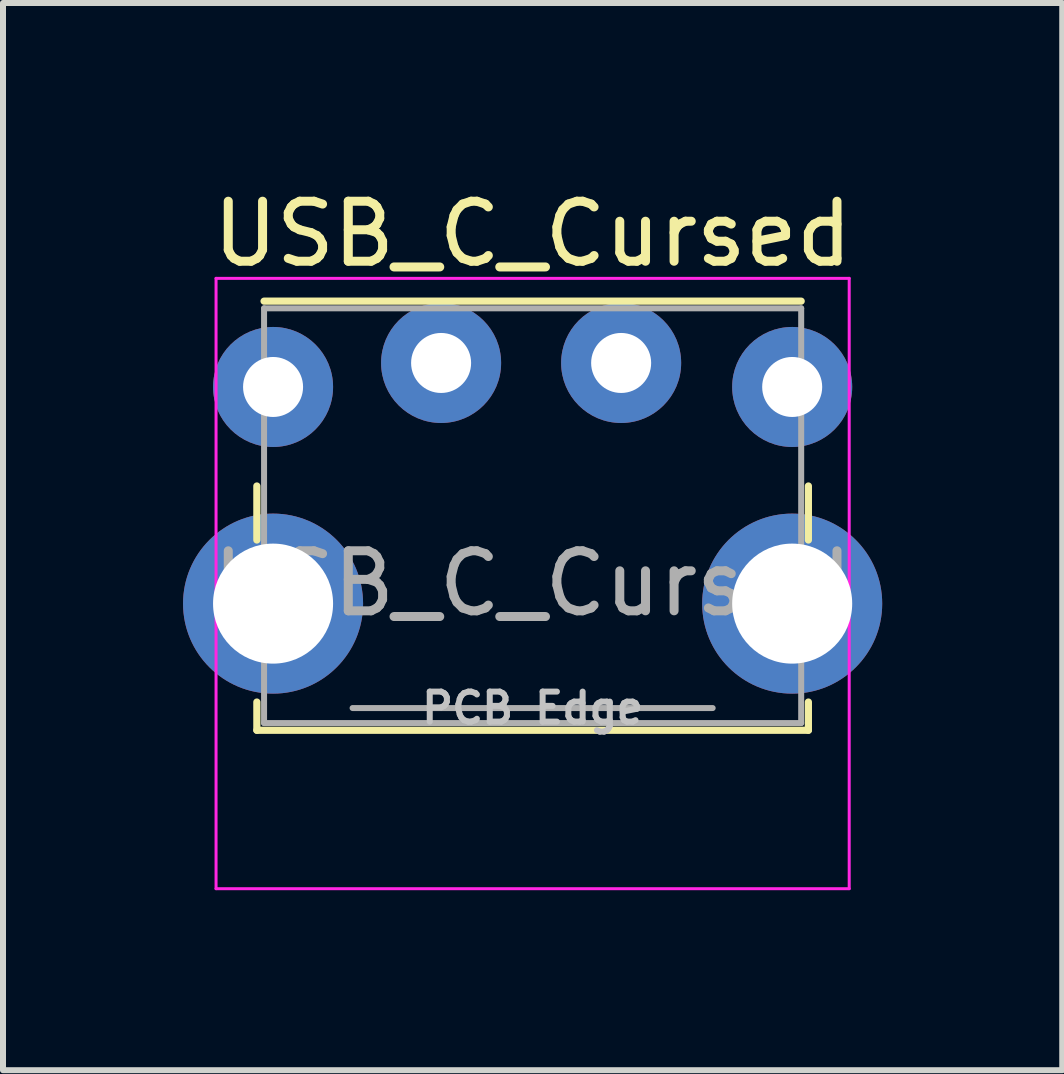
<source format=kicad_pcb>
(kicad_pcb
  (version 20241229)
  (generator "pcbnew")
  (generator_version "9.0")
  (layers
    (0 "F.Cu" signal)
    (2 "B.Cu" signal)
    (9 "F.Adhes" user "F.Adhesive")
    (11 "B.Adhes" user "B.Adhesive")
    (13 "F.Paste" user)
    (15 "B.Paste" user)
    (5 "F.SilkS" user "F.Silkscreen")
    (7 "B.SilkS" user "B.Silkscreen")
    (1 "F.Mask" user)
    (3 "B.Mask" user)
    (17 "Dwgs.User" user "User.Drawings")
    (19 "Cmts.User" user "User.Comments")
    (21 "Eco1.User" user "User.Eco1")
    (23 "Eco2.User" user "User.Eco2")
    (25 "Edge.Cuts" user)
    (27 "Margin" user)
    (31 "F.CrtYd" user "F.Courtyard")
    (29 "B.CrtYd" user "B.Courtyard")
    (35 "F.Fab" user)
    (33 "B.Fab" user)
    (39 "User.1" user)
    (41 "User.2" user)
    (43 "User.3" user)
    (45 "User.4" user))
  (footprint "USB_C_Cursed"
    (layer "F.Cu")
    (at 5.8 3.398)
    (property "Reference" "USB_C_Cursed" (at 0.025 -2.55 0) (layer "F.SilkS") (effects (font (size 1 1) (thickness 0.15))))
    (attr through_hole)
    (fp_line (start -4.57 1.65) (end -4.57 2.55) (stroke (width 0.12) (type solid)) (layer "F.SilkS"))
    (fp_line (start -4.57 5.25) (end -4.57 5.72) (stroke (width 0.12) (type solid)) (layer "F.SilkS"))
    (fp_line (start -4.57 5.72) (end 4.62 5.72) (stroke (width 0.12) (type solid)) (layer "F.SilkS"))
    (fp_line (start -4.45 -1.43) (end 4.5 -1.43) (stroke (width 0.12) (type solid)) (layer "F.SilkS"))
    (fp_line (start 4.62 1.65) (end 4.62 2.55) (stroke (width 0.12) (type solid)) (layer "F.SilkS"))
    (fp_line (start 4.62 5.25) (end 4.62 5.72) (stroke (width 0.12) (type solid)) (layer "F.SilkS"))
    (fp_line (start -5.25 -1.81) (end -5.25 8.36) (stroke (width 0.05) (type solid)) (layer "F.CrtYd"))
    (fp_line (start -5.25 -1.81) (end 5.3 -1.81) (stroke (width 0.05) (type solid)) (layer "F.CrtYd"))
    (fp_line (start -5.25 8.36) (end 5.3 8.36) (stroke (width 0.05) (type solid)) (layer "F.CrtYd"))
    (fp_line (start 5.3 -1.81) (end 5.3 8.36) (stroke (width 0.05) (type solid)) (layer "F.CrtYd"))
    (fp_line (start -4.45 -1.31) (end -4.45 5.6) (stroke (width 0.1) (type solid)) (layer "F.Fab"))
    (fp_line (start -4.45 -1.31) (end 4.5 -1.31) (stroke (width 0.1) (type solid)) (layer "F.Fab"))
    (fp_line (start -4.45 5.6) (end 4.5 5.6) (stroke (width 0.1) (type solid)) (layer "F.Fab"))
    (fp_line (start -2.975 5.35) (end 3.025 5.35) (stroke (width 0.1) (type solid)) (layer "F.Fab"))
    (fp_line (start 4.5 -1.31) (end 4.5 5.6) (stroke (width 0.1) (type solid)) (layer "F.Fab"))
    (fp_text user "PCB Edge" (at 0.025 5.35 0) (layer "Dwgs.User") (effects (font (size 0.5 0.5) (thickness 0.1))))
    (fp_text user "${REFERENCE}" (at 0.025 3.275 0) (layer "F.Fab") (effects (font (size 1 1) (thickness 0.15))))
    (pad "1" thru_hole circle (at 1.5 -0.4) (size 2 2) (drill 1) (layers "*.Cu" "*.Mask"))
    (pad "2" thru_hole circle (at -1.5 -0.4) (size 2 2) (drill 1) (layers "*.Cu" "*.Mask"))
    (pad "MP" thru_hole circle (at -4.3 0) (size 2 2) (drill 1) (layers "*.Cu" "*.Mask"))
    (pad "MP" thru_hole circle (at -4.3 3.61) (size 3 3) (drill 2) (layers "*.Cu" "*.Mask"))
    (pad "MP" thru_hole circle (at 4.35 0) (size 2 2) (drill 1) (layers "*.Cu" "*.Mask"))
    (pad "MP" thru_hole circle (at 4.35 3.61) (size 3 3) (drill 2) (layers "*.Cu" "*.Mask")))
  (gr_rect
    (start -3 -3)
    (end 14.65 14.783)
    (stroke (width 0.1) (type default))
    (fill no)
    (layer "Edge.Cuts")))
</source>
